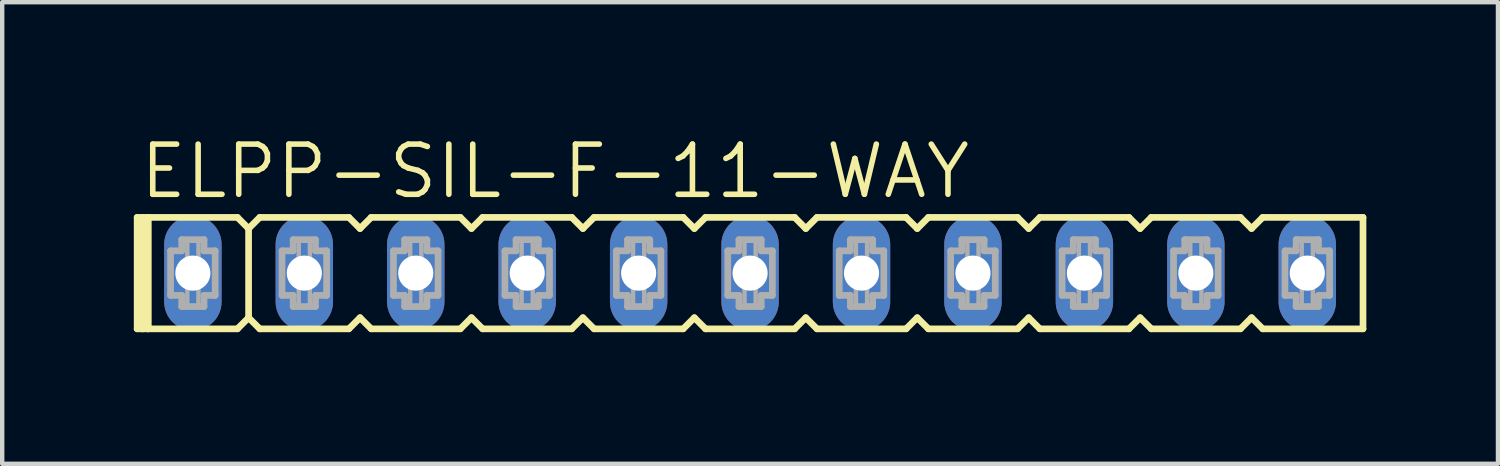
<source format=kicad_pcb>
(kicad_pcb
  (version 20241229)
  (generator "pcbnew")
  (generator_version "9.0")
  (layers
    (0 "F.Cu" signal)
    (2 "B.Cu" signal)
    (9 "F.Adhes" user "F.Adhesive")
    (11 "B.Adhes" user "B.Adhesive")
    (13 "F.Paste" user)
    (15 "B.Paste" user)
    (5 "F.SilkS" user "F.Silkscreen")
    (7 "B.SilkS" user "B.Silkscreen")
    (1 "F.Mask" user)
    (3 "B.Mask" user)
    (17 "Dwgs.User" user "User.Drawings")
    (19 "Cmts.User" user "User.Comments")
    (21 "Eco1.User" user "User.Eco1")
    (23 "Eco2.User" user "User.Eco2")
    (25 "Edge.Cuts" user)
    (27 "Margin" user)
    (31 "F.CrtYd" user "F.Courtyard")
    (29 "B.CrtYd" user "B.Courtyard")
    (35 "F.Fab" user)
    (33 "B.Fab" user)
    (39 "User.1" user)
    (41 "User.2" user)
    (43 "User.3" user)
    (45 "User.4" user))
  (footprint "ELPP-SIL-F-11-WAY"
    (layer "F.Cu")
    (at 14.046 3.175)
    (property "Reference" "ELPP-SIL-F-11-WAY" (at -13.97 -1.651 0) (unlocked yes) (layer "F.SilkS") (effects (font (size 1.143 1.143) (thickness 0.127)) (justify left bottom)))
    (fp_line (start -13.97 -1.27) (end -13.97 1.27) (stroke (width 0.152) (type solid)) (layer "F.SilkS"))
    (fp_line (start -13.97 1.27) (end -13.843 1.27) (stroke (width 0.152) (type solid)) (layer "F.SilkS"))
    (fp_line (start -13.843 -1.27) (end -13.97 -1.27) (stroke (width 0.152) (type solid)) (layer "F.SilkS"))
    (fp_line (start -13.843 -1.27) (end -13.843 1.27) (stroke (width 0.152) (type solid)) (layer "F.SilkS"))
    (fp_line (start -13.843 1.27) (end -13.716 1.27) (stroke (width 0.152) (type solid)) (layer "F.SilkS"))
    (fp_line (start -13.716 -1.27) (end -13.843 -1.27) (stroke (width 0.152) (type solid)) (layer "F.SilkS"))
    (fp_line (start -13.716 -1.27) (end -13.716 1.27) (stroke (width 0.152) (type solid)) (layer "F.SilkS"))
    (fp_line (start -13.716 1.27) (end -11.684 1.27) (stroke (width 0.152) (type solid)) (layer "F.SilkS"))
    (fp_line (start -11.684 -1.27) (end -13.716 -1.27) (stroke (width 0.152) (type solid)) (layer "F.SilkS"))
    (fp_line (start -11.684 1.27) (end -11.43 1.016) (stroke (width 0.152) (type solid)) (layer "F.SilkS"))
    (fp_line (start -11.43 -1.016) (end -11.684 -1.27) (stroke (width 0.152) (type solid)) (layer "F.SilkS"))
    (fp_line (start -11.43 -1.016) (end -11.43 1.016) (stroke (width 0.152) (type solid)) (layer "F.SilkS"))
    (fp_line (start -11.43 1.016) (end -11.176 1.27) (stroke (width 0.152) (type solid)) (layer "F.SilkS"))
    (fp_line (start -11.176 -1.27) (end -11.43 -1.016) (stroke (width 0.152) (type solid)) (layer "F.SilkS"))
    (fp_line (start -11.176 1.27) (end -9.144 1.27) (stroke (width 0.152) (type solid)) (layer "F.SilkS"))
    (fp_line (start -9.144 -1.27) (end -11.176 -1.27) (stroke (width 0.152) (type solid)) (layer "F.SilkS"))
    (fp_line (start -9.144 1.27) (end -8.89 1.016) (stroke (width 0.152) (type solid)) (layer "F.SilkS"))
    (fp_line (start -8.89 -1.016) (end -9.144 -1.27) (stroke (width 0.152) (type solid)) (layer "F.SilkS"))
    (fp_line (start -8.89 1.016) (end -8.636 1.27) (stroke (width 0.152) (type solid)) (layer "F.SilkS"))
    (fp_line (start -8.636 -1.27) (end -8.89 -1.016) (stroke (width 0.152) (type solid)) (layer "F.SilkS"))
    (fp_line (start -8.636 1.27) (end -6.604 1.27) (stroke (width 0.152) (type solid)) (layer "F.SilkS"))
    (fp_line (start -6.604 -1.27) (end -8.636 -1.27) (stroke (width 0.152) (type solid)) (layer "F.SilkS"))
    (fp_line (start -6.604 1.27) (end -6.35 1.016) (stroke (width 0.152) (type solid)) (layer "F.SilkS"))
    (fp_line (start -6.35 -1.016) (end -6.604 -1.27) (stroke (width 0.152) (type solid)) (layer "F.SilkS"))
    (fp_line (start -6.35 1.016) (end -6.096 1.27) (stroke (width 0.152) (type solid)) (layer "F.SilkS"))
    (fp_line (start -6.096 -1.27) (end -6.35 -1.016) (stroke (width 0.152) (type solid)) (layer "F.SilkS"))
    (fp_line (start -6.096 1.27) (end -4.064 1.27) (stroke (width 0.152) (type solid)) (layer "F.SilkS"))
    (fp_line (start -4.064 -1.27) (end -6.096 -1.27) (stroke (width 0.152) (type solid)) (layer "F.SilkS"))
    (fp_line (start -4.064 1.27) (end -3.81 1.016) (stroke (width 0.152) (type solid)) (layer "F.SilkS"))
    (fp_line (start -3.81 -1.016) (end -4.064 -1.27) (stroke (width 0.152) (type solid)) (layer "F.SilkS"))
    (fp_line (start -3.81 1.016) (end -3.556 1.27) (stroke (width 0.152) (type solid)) (layer "F.SilkS"))
    (fp_line (start -3.556 -1.27) (end -3.81 -1.016) (stroke (width 0.152) (type solid)) (layer "F.SilkS"))
    (fp_line (start -3.556 1.27) (end -1.524 1.27) (stroke (width 0.152) (type solid)) (layer "F.SilkS"))
    (fp_line (start -1.524 -1.27) (end -3.556 -1.27) (stroke (width 0.152) (type solid)) (layer "F.SilkS"))
    (fp_line (start -1.524 1.27) (end -1.27 1.016) (stroke (width 0.152) (type solid)) (layer "F.SilkS"))
    (fp_line (start -1.27 -1.016) (end -1.524 -1.27) (stroke (width 0.152) (type solid)) (layer "F.SilkS"))
    (fp_line (start -1.27 1.016) (end -1.016 1.27) (stroke (width 0.152) (type solid)) (layer "F.SilkS"))
    (fp_line (start -1.016 -1.27) (end -1.27 -1.016) (stroke (width 0.152) (type solid)) (layer "F.SilkS"))
    (fp_line (start -1.016 1.27) (end 1.016 1.27) (stroke (width 0.152) (type solid)) (layer "F.SilkS"))
    (fp_line (start 1.016 -1.27) (end -1.016 -1.27) (stroke (width 0.152) (type solid)) (layer "F.SilkS"))
    (fp_line (start 1.016 1.27) (end 1.27 1.016) (stroke (width 0.152) (type solid)) (layer "F.SilkS"))
    (fp_line (start 1.27 -1.016) (end 1.016 -1.27) (stroke (width 0.152) (type solid)) (layer "F.SilkS"))
    (fp_line (start 1.27 1.016) (end 1.524 1.27) (stroke (width 0.152) (type solid)) (layer "F.SilkS"))
    (fp_line (start 1.524 -1.27) (end 1.27 -1.016) (stroke (width 0.152) (type solid)) (layer "F.SilkS"))
    (fp_line (start 1.524 1.27) (end 3.556 1.27) (stroke (width 0.152) (type solid)) (layer "F.SilkS"))
    (fp_line (start 3.556 -1.27) (end 1.524 -1.27) (stroke (width 0.152) (type solid)) (layer "F.SilkS"))
    (fp_line (start 3.556 1.27) (end 3.81 1.016) (stroke (width 0.152) (type solid)) (layer "F.SilkS"))
    (fp_line (start 3.81 -1.016) (end 3.556 -1.27) (stroke (width 0.152) (type solid)) (layer "F.SilkS"))
    (fp_line (start 3.81 1.016) (end 4.064 1.27) (stroke (width 0.152) (type solid)) (layer "F.SilkS"))
    (fp_line (start 4.064 -1.27) (end 3.81 -1.016) (stroke (width 0.152) (type solid)) (layer "F.SilkS"))
    (fp_line (start 4.064 1.27) (end 6.096 1.27) (stroke (width 0.152) (type solid)) (layer "F.SilkS"))
    (fp_line (start 6.096 -1.27) (end 4.064 -1.27) (stroke (width 0.152) (type solid)) (layer "F.SilkS"))
    (fp_line (start 6.096 1.27) (end 6.35 1.016) (stroke (width 0.152) (type solid)) (layer "F.SilkS"))
    (fp_line (start 6.35 -1.016) (end 6.096 -1.27) (stroke (width 0.152) (type solid)) (layer "F.SilkS"))
    (fp_line (start 6.35 1.016) (end 6.604 1.27) (stroke (width 0.152) (type solid)) (layer "F.SilkS"))
    (fp_line (start 6.604 -1.27) (end 6.35 -1.016) (stroke (width 0.152) (type solid)) (layer "F.SilkS"))
    (fp_line (start 6.604 1.27) (end 8.636 1.27) (stroke (width 0.152) (type solid)) (layer "F.SilkS"))
    (fp_line (start 8.636 -1.27) (end 6.604 -1.27) (stroke (width 0.152) (type solid)) (layer "F.SilkS"))
    (fp_line (start 8.636 1.27) (end 8.89 1.016) (stroke (width 0.152) (type solid)) (layer "F.SilkS"))
    (fp_line (start 8.89 -1.016) (end 8.636 -1.27) (stroke (width 0.152) (type solid)) (layer "F.SilkS"))
    (fp_line (start 8.89 1.016) (end 9.144 1.27) (stroke (width 0.152) (type solid)) (layer "F.SilkS"))
    (fp_line (start 9.144 -1.27) (end 8.89 -1.016) (stroke (width 0.152) (type solid)) (layer "F.SilkS"))
    (fp_line (start 9.144 1.27) (end 11.176 1.27) (stroke (width 0.152) (type solid)) (layer "F.SilkS"))
    (fp_line (start 11.176 -1.27) (end 9.144 -1.27) (stroke (width 0.152) (type solid)) (layer "F.SilkS"))
    (fp_line (start 11.176 1.27) (end 11.43 1.016) (stroke (width 0.152) (type solid)) (layer "F.SilkS"))
    (fp_line (start 11.43 -1.016) (end 11.176 -1.27) (stroke (width 0.152) (type solid)) (layer "F.SilkS"))
    (fp_line (start 11.43 1.016) (end 11.684 1.27) (stroke (width 0.152) (type solid)) (layer "F.SilkS"))
    (fp_line (start 11.684 -1.27) (end 11.43 -1.016) (stroke (width 0.152) (type solid)) (layer "F.SilkS"))
    (fp_line (start 11.684 1.27) (end 13.97 1.27) (stroke (width 0.152) (type solid)) (layer "F.SilkS"))
    (fp_line (start 13.97 -1.27) (end 11.684 -1.27) (stroke (width 0.152) (type solid)) (layer "F.SilkS"))
    (fp_line (start 13.97 1.27) (end 13.97 -1.27) (stroke (width 0.152) (type solid)) (layer "F.SilkS"))
    (fp_line (start -13.208 -0.508) (end -13.208 0.508) (stroke (width 0.152) (type solid)) (layer "F.Fab"))
    (fp_line (start -13.208 0.508) (end -12.954 0.508) (stroke (width 0.152) (type solid)) (layer "F.Fab"))
    (fp_line (start -12.954 -0.762) (end -12.954 -0.508) (stroke (width 0.152) (type solid)) (layer "F.Fab"))
    (fp_line (start -12.954 -0.508) (end -13.208 -0.508) (stroke (width 0.152) (type solid)) (layer "F.Fab"))
    (fp_line (start -12.954 0.508) (end -12.954 0.762) (stroke (width 0.152) (type solid)) (layer "F.Fab"))
    (fp_line (start -12.954 0.762) (end -12.446 0.762) (stroke (width 0.152) (type solid)) (layer "F.Fab"))
    (fp_line (start -12.446 -0.762) (end -12.954 -0.762) (stroke (width 0.152) (type solid)) (layer "F.Fab"))
    (fp_line (start -12.446 -0.508) (end -12.446 -0.762) (stroke (width 0.152) (type solid)) (layer "F.Fab"))
    (fp_line (start -12.446 0.508) (end -12.192 0.508) (stroke (width 0.152) (type solid)) (layer "F.Fab"))
    (fp_line (start -12.446 0.762) (end -12.446 0.508) (stroke (width 0.152) (type solid)) (layer "F.Fab"))
    (fp_line (start -12.192 -0.508) (end -12.446 -0.508) (stroke (width 0.152) (type solid)) (layer "F.Fab"))
    (fp_line (start -12.192 0.508) (end -12.192 -0.508) (stroke (width 0.152) (type solid)) (layer "F.Fab"))
    (fp_line (start -10.668 -0.508) (end -10.668 0.508) (stroke (width 0.152) (type solid)) (layer "F.Fab"))
    (fp_line (start -10.668 0.508) (end -10.414 0.508) (stroke (width 0.152) (type solid)) (layer "F.Fab"))
    (fp_line (start -10.414 -0.762) (end -10.414 -0.508) (stroke (width 0.152) (type solid)) (layer "F.Fab"))
    (fp_line (start -10.414 -0.508) (end -10.668 -0.508) (stroke (width 0.152) (type solid)) (layer "F.Fab"))
    (fp_line (start -10.414 0.508) (end -10.414 0.762) (stroke (width 0.152) (type solid)) (layer "F.Fab"))
    (fp_line (start -10.414 0.762) (end -9.906 0.762) (stroke (width 0.152) (type solid)) (layer "F.Fab"))
    (fp_line (start -9.906 -0.762) (end -10.414 -0.762) (stroke (width 0.152) (type solid)) (layer "F.Fab"))
    (fp_line (start -9.906 -0.508) (end -9.906 -0.762) (stroke (width 0.152) (type solid)) (layer "F.Fab"))
    (fp_line (start -9.906 0.508) (end -9.652 0.508) (stroke (width 0.152) (type solid)) (layer "F.Fab"))
    (fp_line (start -9.906 0.762) (end -9.906 0.508) (stroke (width 0.152) (type solid)) (layer "F.Fab"))
    (fp_line (start -9.652 -0.508) (end -9.906 -0.508) (stroke (width 0.152) (type solid)) (layer "F.Fab"))
    (fp_line (start -9.652 0.508) (end -9.652 -0.508) (stroke (width 0.152) (type solid)) (layer "F.Fab"))
    (fp_line (start -8.128 -0.508) (end -8.128 0.508) (stroke (width 0.152) (type solid)) (layer "F.Fab"))
    (fp_line (start -8.128 0.508) (end -7.874 0.508) (stroke (width 0.152) (type solid)) (layer "F.Fab"))
    (fp_line (start -7.874 -0.762) (end -7.874 -0.508) (stroke (width 0.152) (type solid)) (layer "F.Fab"))
    (fp_line (start -7.874 -0.508) (end -8.128 -0.508) (stroke (width 0.152) (type solid)) (layer "F.Fab"))
    (fp_line (start -7.874 0.508) (end -7.874 0.762) (stroke (width 0.152) (type solid)) (layer "F.Fab"))
    (fp_line (start -7.874 0.762) (end -7.366 0.762) (stroke (width 0.152) (type solid)) (layer "F.Fab"))
    (fp_line (start -7.366 -0.762) (end -7.874 -0.762) (stroke (width 0.152) (type solid)) (layer "F.Fab"))
    (fp_line (start -7.366 -0.508) (end -7.366 -0.762) (stroke (width 0.152) (type solid)) (layer "F.Fab"))
    (fp_line (start -7.366 0.508) (end -7.112 0.508) (stroke (width 0.152) (type solid)) (layer "F.Fab"))
    (fp_line (start -7.366 0.762) (end -7.366 0.508) (stroke (width 0.152) (type solid)) (layer "F.Fab"))
    (fp_line (start -7.112 -0.508) (end -7.366 -0.508) (stroke (width 0.152) (type solid)) (layer "F.Fab"))
    (fp_line (start -7.112 0.508) (end -7.112 -0.508) (stroke (width 0.152) (type solid)) (layer "F.Fab"))
    (fp_line (start -5.588 -0.508) (end -5.588 0.508) (stroke (width 0.152) (type solid)) (layer "F.Fab"))
    (fp_line (start -5.588 0.508) (end -5.334 0.508) (stroke (width 0.152) (type solid)) (layer "F.Fab"))
    (fp_line (start -5.334 -0.762) (end -5.334 -0.508) (stroke (width 0.152) (type solid)) (layer "F.Fab"))
    (fp_line (start -5.334 -0.508) (end -5.588 -0.508) (stroke (width 0.152) (type solid)) (layer "F.Fab"))
    (fp_line (start -5.334 0.508) (end -5.334 0.762) (stroke (width 0.152) (type solid)) (layer "F.Fab"))
    (fp_line (start -5.334 0.762) (end -4.826 0.762) (stroke (width 0.152) (type solid)) (layer "F.Fab"))
    (fp_line (start -4.826 -0.762) (end -5.334 -0.762) (stroke (width 0.152) (type solid)) (layer "F.Fab"))
    (fp_line (start -4.826 -0.508) (end -4.826 -0.762) (stroke (width 0.152) (type solid)) (layer "F.Fab"))
    (fp_line (start -4.826 0.508) (end -4.572 0.508) (stroke (width 0.152) (type solid)) (layer "F.Fab"))
    (fp_line (start -4.826 0.762) (end -4.826 0.508) (stroke (width 0.152) (type solid)) (layer "F.Fab"))
    (fp_line (start -4.572 -0.508) (end -4.826 -0.508) (stroke (width 0.152) (type solid)) (layer "F.Fab"))
    (fp_line (start -4.572 0.508) (end -4.572 -0.508) (stroke (width 0.152) (type solid)) (layer "F.Fab"))
    (fp_line (start -3.048 -0.508) (end -3.048 0.508) (stroke (width 0.152) (type solid)) (layer "F.Fab"))
    (fp_line (start -3.048 0.508) (end -2.794 0.508) (stroke (width 0.152) (type solid)) (layer "F.Fab"))
    (fp_line (start -2.794 -0.762) (end -2.794 -0.508) (stroke (width 0.152) (type solid)) (layer "F.Fab"))
    (fp_line (start -2.794 -0.508) (end -3.048 -0.508) (stroke (width 0.152) (type solid)) (layer "F.Fab"))
    (fp_line (start -2.794 0.508) (end -2.794 0.762) (stroke (width 0.152) (type solid)) (layer "F.Fab"))
    (fp_line (start -2.794 0.762) (end -2.286 0.762) (stroke (width 0.152) (type solid)) (layer "F.Fab"))
    (fp_line (start -2.286 -0.762) (end -2.794 -0.762) (stroke (width 0.152) (type solid)) (layer "F.Fab"))
    (fp_line (start -2.286 -0.508) (end -2.286 -0.762) (stroke (width 0.152) (type solid)) (layer "F.Fab"))
    (fp_line (start -2.286 0.508) (end -2.032 0.508) (stroke (width 0.152) (type solid)) (layer "F.Fab"))
    (fp_line (start -2.286 0.762) (end -2.286 0.508) (stroke (width 0.152) (type solid)) (layer "F.Fab"))
    (fp_line (start -2.032 -0.508) (end -2.286 -0.508) (stroke (width 0.152) (type solid)) (layer "F.Fab"))
    (fp_line (start -2.032 0.508) (end -2.032 -0.508) (stroke (width 0.152) (type solid)) (layer "F.Fab"))
    (fp_line (start -0.508 -0.508) (end -0.508 0.508) (stroke (width 0.152) (type solid)) (layer "F.Fab"))
    (fp_line (start -0.508 0.508) (end -0.254 0.508) (stroke (width 0.152) (type solid)) (layer "F.Fab"))
    (fp_line (start -0.254 -0.762) (end -0.254 -0.508) (stroke (width 0.152) (type solid)) (layer "F.Fab"))
    (fp_line (start -0.254 -0.508) (end -0.508 -0.508) (stroke (width 0.152) (type solid)) (layer "F.Fab"))
    (fp_line (start -0.254 0.508) (end -0.254 0.762) (stroke (width 0.152) (type solid)) (layer "F.Fab"))
    (fp_line (start -0.254 0.762) (end 0.254 0.762) (stroke (width 0.152) (type solid)) (layer "F.Fab"))
    (fp_line (start 0.254 -0.762) (end -0.254 -0.762) (stroke (width 0.152) (type solid)) (layer "F.Fab"))
    (fp_line (start 0.254 -0.508) (end 0.254 -0.762) (stroke (width 0.152) (type solid)) (layer "F.Fab"))
    (fp_line (start 0.254 0.508) (end 0.508 0.508) (stroke (width 0.152) (type solid)) (layer "F.Fab"))
    (fp_line (start 0.254 0.762) (end 0.254 0.508) (stroke (width 0.152) (type solid)) (layer "F.Fab"))
    (fp_line (start 0.508 -0.508) (end 0.254 -0.508) (stroke (width 0.152) (type solid)) (layer "F.Fab"))
    (fp_line (start 0.508 0.508) (end 0.508 -0.508) (stroke (width 0.152) (type solid)) (layer "F.Fab"))
    (fp_line (start 2.032 -0.508) (end 2.032 0.508) (stroke (width 0.152) (type solid)) (layer "F.Fab"))
    (fp_line (start 2.032 0.508) (end 2.286 0.508) (stroke (width 0.152) (type solid)) (layer "F.Fab"))
    (fp_line (start 2.286 -0.762) (end 2.286 -0.508) (stroke (width 0.152) (type solid)) (layer "F.Fab"))
    (fp_line (start 2.286 -0.508) (end 2.032 -0.508) (stroke (width 0.152) (type solid)) (layer "F.Fab"))
    (fp_line (start 2.286 0.508) (end 2.286 0.762) (stroke (width 0.152) (type solid)) (layer "F.Fab"))
    (fp_line (start 2.286 0.762) (end 2.794 0.762) (stroke (width 0.152) (type solid)) (layer "F.Fab"))
    (fp_line (start 2.794 -0.762) (end 2.286 -0.762) (stroke (width 0.152) (type solid)) (layer "F.Fab"))
    (fp_line (start 2.794 -0.508) (end 2.794 -0.762) (stroke (width 0.152) (type solid)) (layer "F.Fab"))
    (fp_line (start 2.794 0.508) (end 3.048 0.508) (stroke (width 0.152) (type solid)) (layer "F.Fab"))
    (fp_line (start 2.794 0.762) (end 2.794 0.508) (stroke (width 0.152) (type solid)) (layer "F.Fab"))
    (fp_line (start 3.048 -0.508) (end 2.794 -0.508) (stroke (width 0.152) (type solid)) (layer "F.Fab"))
    (fp_line (start 3.048 0.508) (end 3.048 -0.508) (stroke (width 0.152) (type solid)) (layer "F.Fab"))
    (fp_line (start 4.572 -0.508) (end 4.572 0.508) (stroke (width 0.152) (type solid)) (layer "F.Fab"))
    (fp_line (start 4.572 0.508) (end 4.826 0.508) (stroke (width 0.152) (type solid)) (layer "F.Fab"))
    (fp_line (start 4.826 -0.762) (end 4.826 -0.508) (stroke (width 0.152) (type solid)) (layer "F.Fab"))
    (fp_line (start 4.826 -0.508) (end 4.572 -0.508) (stroke (width 0.152) (type solid)) (layer "F.Fab"))
    (fp_line (start 4.826 0.508) (end 4.826 0.762) (stroke (width 0.152) (type solid)) (layer "F.Fab"))
    (fp_line (start 4.826 0.762) (end 5.334 0.762) (stroke (width 0.152) (type solid)) (layer "F.Fab"))
    (fp_line (start 5.334 -0.762) (end 4.826 -0.762) (stroke (width 0.152) (type solid)) (layer "F.Fab"))
    (fp_line (start 5.334 -0.508) (end 5.334 -0.762) (stroke (width 0.152) (type solid)) (layer "F.Fab"))
    (fp_line (start 5.334 0.508) (end 5.588 0.508) (stroke (width 0.152) (type solid)) (layer "F.Fab"))
    (fp_line (start 5.334 0.762) (end 5.334 0.508) (stroke (width 0.152) (type solid)) (layer "F.Fab"))
    (fp_line (start 5.588 -0.508) (end 5.334 -0.508) (stroke (width 0.152) (type solid)) (layer "F.Fab"))
    (fp_line (start 5.588 0.508) (end 5.588 -0.508) (stroke (width 0.152) (type solid)) (layer "F.Fab"))
    (fp_line (start 7.112 -0.508) (end 7.112 0.508) (stroke (width 0.152) (type solid)) (layer "F.Fab"))
    (fp_line (start 7.112 0.508) (end 7.366 0.508) (stroke (width 0.152) (type solid)) (layer "F.Fab"))
    (fp_line (start 7.366 -0.762) (end 7.366 -0.508) (stroke (width 0.152) (type solid)) (layer "F.Fab"))
    (fp_line (start 7.366 -0.508) (end 7.112 -0.508) (stroke (width 0.152) (type solid)) (layer "F.Fab"))
    (fp_line (start 7.366 0.508) (end 7.366 0.762) (stroke (width 0.152) (type solid)) (layer "F.Fab"))
    (fp_line (start 7.366 0.762) (end 7.874 0.762) (stroke (width 0.152) (type solid)) (layer "F.Fab"))
    (fp_line (start 7.874 -0.762) (end 7.366 -0.762) (stroke (width 0.152) (type solid)) (layer "F.Fab"))
    (fp_line (start 7.874 -0.508) (end 7.874 -0.762) (stroke (width 0.152) (type solid)) (layer "F.Fab"))
    (fp_line (start 7.874 0.508) (end 8.128 0.508) (stroke (width 0.152) (type solid)) (layer "F.Fab"))
    (fp_line (start 7.874 0.762) (end 7.874 0.508) (stroke (width 0.152) (type solid)) (layer "F.Fab"))
    (fp_line (start 8.128 -0.508) (end 7.874 -0.508) (stroke (width 0.152) (type solid)) (layer "F.Fab"))
    (fp_line (start 8.128 0.508) (end 8.128 -0.508) (stroke (width 0.152) (type solid)) (layer "F.Fab"))
    (fp_line (start 9.652 -0.508) (end 9.652 0.508) (stroke (width 0.152) (type solid)) (layer "F.Fab"))
    (fp_line (start 9.652 0.508) (end 9.906 0.508) (stroke (width 0.152) (type solid)) (layer "F.Fab"))
    (fp_line (start 9.906 -0.762) (end 9.906 -0.508) (stroke (width 0.152) (type solid)) (layer "F.Fab"))
    (fp_line (start 9.906 -0.508) (end 9.652 -0.508) (stroke (width 0.152) (type solid)) (layer "F.Fab"))
    (fp_line (start 9.906 0.508) (end 9.906 0.762) (stroke (width 0.152) (type solid)) (layer "F.Fab"))
    (fp_line (start 9.906 0.762) (end 10.414 0.762) (stroke (width 0.152) (type solid)) (layer "F.Fab"))
    (fp_line (start 10.414 -0.762) (end 9.906 -0.762) (stroke (width 0.152) (type solid)) (layer "F.Fab"))
    (fp_line (start 10.414 -0.508) (end 10.414 -0.762) (stroke (width 0.152) (type solid)) (layer "F.Fab"))
    (fp_line (start 10.414 0.508) (end 10.668 0.508) (stroke (width 0.152) (type solid)) (layer "F.Fab"))
    (fp_line (start 10.414 0.762) (end 10.414 0.508) (stroke (width 0.152) (type solid)) (layer "F.Fab"))
    (fp_line (start 10.668 -0.508) (end 10.414 -0.508) (stroke (width 0.152) (type solid)) (layer "F.Fab"))
    (fp_line (start 10.668 0.508) (end 10.668 -0.508) (stroke (width 0.152) (type solid)) (layer "F.Fab"))
    (fp_line (start 12.192 -0.508) (end 12.192 0.508) (stroke (width 0.152) (type solid)) (layer "F.Fab"))
    (fp_line (start 12.192 0.508) (end 12.446 0.508) (stroke (width 0.152) (type solid)) (layer "F.Fab"))
    (fp_line (start 12.446 -0.762) (end 12.446 -0.508) (stroke (width 0.152) (type solid)) (layer "F.Fab"))
    (fp_line (start 12.446 -0.508) (end 12.192 -0.508) (stroke (width 0.152) (type solid)) (layer "F.Fab"))
    (fp_line (start 12.446 0.508) (end 12.446 0.762) (stroke (width 0.152) (type solid)) (layer "F.Fab"))
    (fp_line (start 12.446 0.762) (end 12.954 0.762) (stroke (width 0.152) (type solid)) (layer "F.Fab"))
    (fp_line (start 12.954 -0.762) (end 12.446 -0.762) (stroke (width 0.152) (type solid)) (layer "F.Fab"))
    (fp_line (start 12.954 -0.508) (end 12.954 -0.762) (stroke (width 0.152) (type solid)) (layer "F.Fab"))
    (fp_line (start 12.954 0.508) (end 13.208 0.508) (stroke (width 0.152) (type solid)) (layer "F.Fab"))
    (fp_line (start 12.954 0.762) (end 12.954 0.508) (stroke (width 0.152) (type solid)) (layer "F.Fab"))
    (fp_line (start 13.208 -0.508) (end 12.954 -0.508) (stroke (width 0.152) (type solid)) (layer "F.Fab"))
    (fp_line (start 13.208 0.508) (end 13.208 -0.508) (stroke (width 0.152) (type solid)) (layer "F.Fab"))
    (fp_poly (pts (xy -12.827 -0.254) (xy -12.573 -0.254) (xy -12.573 -0.762) (xy -12.827 -0.762)) (stroke (width 0.1) (type default)) (fill no) (layer "F.Fab"))
    (fp_poly (pts (xy -12.827 0.762) (xy -12.573 0.762) (xy -12.573 0.254) (xy -12.827 0.254)) (stroke (width 0.1) (type default)) (fill no) (layer "F.Fab"))
    (fp_poly (pts (xy -10.287 -0.254) (xy -10.033 -0.254) (xy -10.033 -0.762) (xy -10.287 -0.762)) (stroke (width 0.1) (type default)) (fill no) (layer "F.Fab"))
    (fp_poly (pts (xy -10.287 0.762) (xy -10.033 0.762) (xy -10.033 0.254) (xy -10.287 0.254)) (stroke (width 0.1) (type default)) (fill no) (layer "F.Fab"))
    (fp_poly (pts (xy -7.747 -0.254) (xy -7.493 -0.254) (xy -7.493 -0.762) (xy -7.747 -0.762)) (stroke (width 0.1) (type default)) (fill no) (layer "F.Fab"))
    (fp_poly (pts (xy -7.747 0.762) (xy -7.493 0.762) (xy -7.493 0.254) (xy -7.747 0.254)) (stroke (width 0.1) (type default)) (fill no) (layer "F.Fab"))
    (fp_poly (pts (xy -5.207 -0.254) (xy -4.953 -0.254) (xy -4.953 -0.762) (xy -5.207 -0.762)) (stroke (width 0.1) (type default)) (fill no) (layer "F.Fab"))
    (fp_poly (pts (xy -5.207 0.762) (xy -4.953 0.762) (xy -4.953 0.254) (xy -5.207 0.254)) (stroke (width 0.1) (type default)) (fill no) (layer "F.Fab"))
    (fp_poly (pts (xy -2.667 -0.254) (xy -2.413 -0.254) (xy -2.413 -0.762) (xy -2.667 -0.762)) (stroke (width 0.1) (type default)) (fill no) (layer "F.Fab"))
    (fp_poly (pts (xy -2.667 0.762) (xy -2.413 0.762) (xy -2.413 0.254) (xy -2.667 0.254)) (stroke (width 0.1) (type default)) (fill no) (layer "F.Fab"))
    (fp_poly (pts (xy -0.127 -0.254) (xy 0.127 -0.254) (xy 0.127 -0.762) (xy -0.127 -0.762)) (stroke (width 0.1) (type default)) (fill no) (layer "F.Fab"))
    (fp_poly (pts (xy -0.127 0.762) (xy 0.127 0.762) (xy 0.127 0.254) (xy -0.127 0.254)) (stroke (width 0.1) (type default)) (fill no) (layer "F.Fab"))
    (fp_poly (pts (xy 2.413 -0.254) (xy 2.667 -0.254) (xy 2.667 -0.762) (xy 2.413 -0.762)) (stroke (width 0.1) (type default)) (fill no) (layer "F.Fab"))
    (fp_poly (pts (xy 2.413 0.762) (xy 2.667 0.762) (xy 2.667 0.254) (xy 2.413 0.254)) (stroke (width 0.1) (type default)) (fill no) (layer "F.Fab"))
    (fp_poly (pts (xy 4.953 -0.254) (xy 5.207 -0.254) (xy 5.207 -0.762) (xy 4.953 -0.762)) (stroke (width 0.1) (type default)) (fill no) (layer "F.Fab"))
    (fp_poly (pts (xy 4.953 0.762) (xy 5.207 0.762) (xy 5.207 0.254) (xy 4.953 0.254)) (stroke (width 0.1) (type default)) (fill no) (layer "F.Fab"))
    (fp_poly (pts (xy 7.493 -0.254) (xy 7.747 -0.254) (xy 7.747 -0.762) (xy 7.493 -0.762)) (stroke (width 0.1) (type default)) (fill no) (layer "F.Fab"))
    (fp_poly (pts (xy 7.493 0.762) (xy 7.747 0.762) (xy 7.747 0.254) (xy 7.493 0.254)) (stroke (width 0.1) (type default)) (fill no) (layer "F.Fab"))
    (fp_poly (pts (xy 10.033 -0.254) (xy 10.287 -0.254) (xy 10.287 -0.762) (xy 10.033 -0.762)) (stroke (width 0.1) (type default)) (fill no) (layer "F.Fab"))
    (fp_poly (pts (xy 10.033 0.762) (xy 10.287 0.762) (xy 10.287 0.254) (xy 10.033 0.254)) (stroke (width 0.1) (type default)) (fill no) (layer "F.Fab"))
    (fp_poly (pts (xy 12.573 -0.254) (xy 12.827 -0.254) (xy 12.827 -0.762) (xy 12.573 -0.762)) (stroke (width 0.1) (type default)) (fill no) (layer "F.Fab"))
    (fp_poly (pts (xy 12.573 0.762) (xy 12.827 0.762) (xy 12.827 0.254) (xy 12.573 0.254)) (stroke (width 0.1) (type default)) (fill no) (layer "F.Fab"))
    (pad "1" thru_hole oval (at -12.7 0 90) (size 2.616 1.308) (drill 0.8) (layers "*.Cu" "*.Mask"))
    (pad "2" thru_hole oval (at -10.16 0 90) (size 2.616 1.308) (drill 0.8) (layers "*.Cu" "*.Mask"))
    (pad "3" thru_hole oval (at -7.62 0 90) (size 2.616 1.308) (drill 0.8) (layers "*.Cu" "*.Mask"))
    (pad "4" thru_hole oval (at -5.08 0 90) (size 2.616 1.308) (drill 0.8) (layers "*.Cu" "*.Mask"))
    (pad "5" thru_hole oval (at -2.54 0 90) (size 2.616 1.308) (drill 0.8) (layers "*.Cu" "*.Mask"))
    (pad "6" thru_hole oval (at 0 0 90) (size 2.616 1.308) (drill 0.8) (layers "*.Cu" "*.Mask"))
    (pad "7" thru_hole oval (at 2.54 0 90) (size 2.616 1.308) (drill 0.8) (layers "*.Cu" "*.Mask"))
    (pad "8" thru_hole oval (at 5.08 0 90) (size 2.616 1.308) (drill 0.8) (layers "*.Cu" "*.Mask"))
    (pad "9" thru_hole oval (at 7.62 0 90) (size 2.616 1.308) (drill 0.8) (layers "*.Cu" "*.Mask"))
    (pad "10" thru_hole oval (at 10.16 0 90) (size 2.616 1.308) (drill 0.8) (layers "*.Cu" "*.Mask"))
    (pad "11" thru_hole oval (at 12.7 0 90) (size 2.616 1.308) (drill 0.8) (layers "*.Cu" "*.Mask")))
  (gr_rect
    (start -3 -3)
    (end 31.092 7.521)
    (stroke (width 0.1) (type default))
    (fill no)
    (layer "Edge.Cuts")))
</source>
